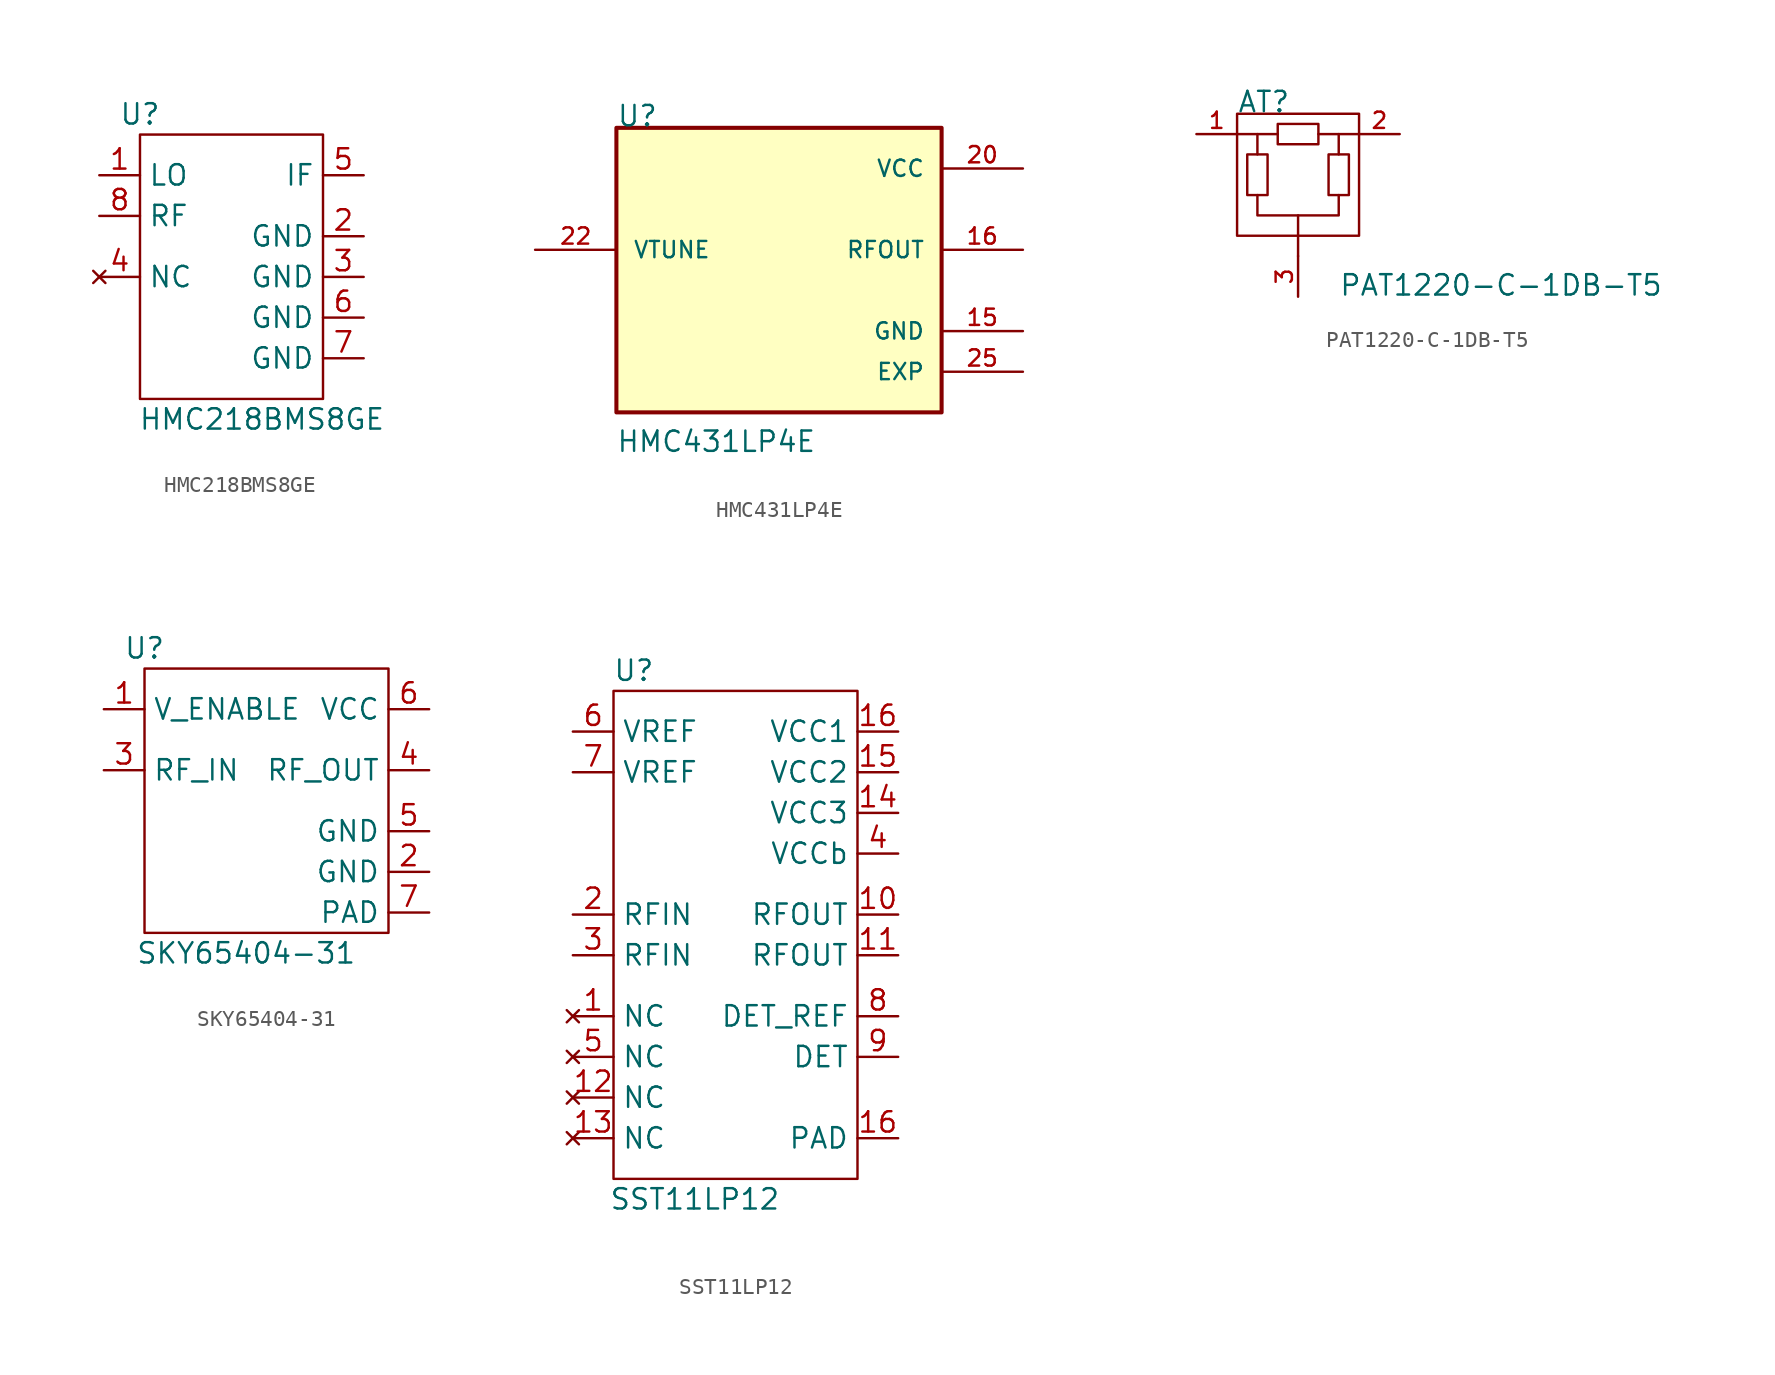
<source format=kicad_sym>
(kicad_symbol_lib
  (version 20211014)
  (generator kicad_symbol_editor)
  (symbol "HMC218BMS8GE"
    (property "Reference" "U"
      (at 0 1.27 0)
      (effects (font (size 1.27 1.27))))
    (property "Value" "HMC218BMS8GE"
      (at 7.62 -17.78 0)
      (effects (font (size 1.27 1.27))))
    (symbol "HMC218BMS8GE_0_1"
      (rectangle (start 0 0) (end 11.43 -16.51) (stroke (width 0) (type default) (color 0 0 0 0)) (fill (type none))))
    (symbol "HMC218BMS8GE_1_1"
      (pin input line (at -2.54 -2.54 0) (length 2.54) (name "LO" (effects (font (size 1.27 1.27)))) (number "1" (effects (font (size 1.27 1.27)))))
      (pin power_in line (at 13.97 -6.35 180) (length 2.54) (name "GND" (effects (font (size 1.27 1.27)))) (number "2" (effects (font (size 1.27 1.27)))))
      (pin power_in line (at 13.97 -8.89 180) (length 2.54) (name "GND" (effects (font (size 1.27 1.27)))) (number "3" (effects (font (size 1.27 1.27)))))
      (pin no_connect line (at -2.54 -8.89 0) (length 2.54) (name "NC" (effects (font (size 1.27 1.27)))) (number "4" (effects (font (size 1.27 1.27)))))
      (pin output line (at 13.97 -2.54 180) (length 2.54) (name "IF" (effects (font (size 1.27 1.27)))) (number "5" (effects (font (size 1.27 1.27)))))
      (pin power_in line (at 13.97 -11.43 180) (length 2.54) (name "GND" (effects (font (size 1.27 1.27)))) (number "6" (effects (font (size 1.27 1.27)))))
      (pin power_in line (at 13.97 -13.97 180) (length 2.54) (name "GND" (effects (font (size 1.27 1.27)))) (number "7" (effects (font (size 1.27 1.27)))))
      (pin input line (at -2.54 -5.08 0) (length 2.54) (name "RF" (effects (font (size 1.27 1.27)))) (number "8" (effects (font (size 1.27 1.27)))))))
  (symbol "HMC431LP4E"
    (pin_names
      (offset 1.016))
    (property "Reference" "U"
      (at -10.16 8.89 0)
      (effects (font (size 1.27 1.27)) (justify left bottom)))
    (property "Value" "HMC431LP4E"
      (at -10.185 -11.455 0)
      (effects (font (size 1.27 1.27)) (justify left bottom)))
    (property "ki_locked" ""
      (at 0 0 0)
      (effects (font (size 1.27 1.27))))
    (symbol "HMC431LP4E_0_0"
      (rectangle (start -10.16 -8.89) (end 10.16 8.89) (stroke (width 0.254) (type default) (color 0 0 0 0)) (fill (type background)))
      (pin passive line (at 15.24 -3.81 180) (length 5.08) (name "GND" (effects (font (size 1.016 1.016)))) (number "15" (effects (font (size 1.016 1.016)))))
      (pin output line (at 15.24 1.27 180) (length 5.08) (name "RFOUT" (effects (font (size 1.016 1.016)))) (number "16" (effects (font (size 1.016 1.016)))))
      (pin power_in line (at 15.24 6.35 180) (length 5.08) (name "VCC" (effects (font (size 1.016 1.016)))) (number "20" (effects (font (size 1.016 1.016)))))
      (pin input line (at -15.24 1.27 0) (length 5.08) (name "VTUNE" (effects (font (size 1.016 1.016)))) (number "22" (effects (font (size 1.016 1.016)))))
      (pin passive line (at 15.24 -6.35 180) (length 5.08) (name "EXP" (effects (font (size 1.016 1.016)))) (number "25" (effects (font (size 1.016 1.016)))))))
  (symbol "PAT1220-C-1DB-T5"
    (pin_names
      (offset 1.016) hide)
    (property "Reference" "AT"
      (at -3.81 3.81 0)
      (effects (font (size 1.27 1.27)) (justify left bottom)))
    (property "Value" "PAT1220-C-1DB-T5"
      (at 2.54 -7.645 0)
      (effects (font (size 1.27 1.27)) (justify left bottom)))
    (property "ki_locked" ""
      (at 0 0 0)
      (effects (font (size 1.27 1.27))))
    (symbol "PAT1220-C-1DB-T5_0_0"
      (pin passive line (at -6.35 2.54 0) (length 2.54) (name "~" (effects (font (size 1.016 1.016)))) (number "1" (effects (font (size 1.016 1.016)))))
      (pin passive line (at 6.35 2.54 180) (length 2.54) (name "~" (effects (font (size 1.016 1.016)))) (number "2" (effects (font (size 1.016 1.016)))))
      (pin passive line (at 0 -7.62 90) (length 2.54) (name "~" (effects (font (size 1.016 1.016)))) (number "3" (effects (font (size 1.016 1.016))))))
    (symbol "PAT1220-C-1DB-T5_1_1"
      (polyline (pts (xy -3.81 2.54) (xy -1.27 2.54)) (stroke (width 0) (type default) (color 0 0 0 0)) (fill (type none)))
      (polyline (pts (xy -2.54 1.27) (xy -2.54 2.54)) (stroke (width 0) (type default) (color 0 0 0 0)) (fill (type none)))
      (polyline (pts (xy 0 -5.08) (xy 0 -2.54)) (stroke (width 0) (type default) (color 0 0 0 0)) (fill (type none)))
      (polyline (pts (xy 1.27 2.54) (xy 3.81 2.54)) (stroke (width 0) (type default) (color 0 0 0 0)) (fill (type none)))
      (polyline (pts (xy 2.54 1.27) (xy 2.54 2.54)) (stroke (width 0) (type default) (color 0 0 0 0)) (fill (type none)))
      (polyline (pts (xy -2.54 -1.27) (xy -2.54 -2.54) (xy 2.54 -2.54) (xy 2.54 -1.27)) (stroke (width 0) (type default) (color 0 0 0 0)) (fill (type none)))
      (polyline (pts (xy -3.81 3.81) (xy -3.81 -3.81) (xy 3.81 -3.81) (xy 3.81 3.81) (xy -3.81 3.81)) (stroke (width 0) (type default) (color 0 0 0 0)) (fill (type none)))
      (polyline (pts (xy -2.54 1.27) (xy -1.905 1.27) (xy -1.905 -1.27) (xy -3.175 -1.27) (xy -3.175 1.27) (xy -2.54 1.27)) (stroke (width 0) (type default) (color 0 0 0 0)) (fill (type none)))
      (polyline (pts (xy -1.27 2.54) (xy -1.27 3.175) (xy 1.27 3.175) (xy 1.27 1.905) (xy -1.27 1.905) (xy -1.27 2.54)) (stroke (width 0) (type default) (color 0 0 0 0)) (fill (type none)))
      (polyline (pts (xy 1.905 1.27) (xy 3.175 1.27) (xy 3.175 -1.27) (xy 1.905 -1.27) (xy 1.905 1.27) (xy 1.905 1.27)) (stroke (width 0) (type default) (color 0 0 0 0)) (fill (type none)))))
  (symbol "SKY65404-31"
    (property "Reference" "U"
      (at 0 1.27 0)
      (effects (font (size 1.27 1.27))))
    (property "Value" "SKY65404-31"
      (at 6.35 -17.78 0)
      (effects (font (size 1.27 1.27))))
    (symbol "SKY65404-31_0_1"
      (rectangle (start 0 0) (end 15.24 -16.51) (stroke (width 0) (type default) (color 0 0 0 0)) (fill (type none))))
    (symbol "SKY65404-31_1_1"
      (pin input line (at -2.54 -2.54 0) (length 2.54) (name "V_ENABLE" (effects (font (size 1.27 1.27)))) (number "1" (effects (font (size 1.27 1.27)))))
      (pin power_in line (at 17.78 -12.7 180) (length 2.54) (name "GND" (effects (font (size 1.27 1.27)))) (number "2" (effects (font (size 1.27 1.27)))))
      (pin input line (at -2.54 -6.35 0) (length 2.54) (name "RF_IN" (effects (font (size 1.27 1.27)))) (number "3" (effects (font (size 1.27 1.27)))))
      (pin output line (at 17.78 -6.35 180) (length 2.54) (name "RF_OUT" (effects (font (size 1.27 1.27)))) (number "4" (effects (font (size 1.27 1.27)))))
      (pin power_in line (at 17.78 -10.16 180) (length 2.54) (name "GND" (effects (font (size 1.27 1.27)))) (number "5" (effects (font (size 1.27 1.27)))))
      (pin power_in line (at 17.78 -2.54 180) (length 2.54) (name "VCC" (effects (font (size 1.27 1.27)))) (number "6" (effects (font (size 1.27 1.27)))))
      (pin power_in line (at 17.78 -15.24 180) (length 2.54) (name "PAD" (effects (font (size 1.27 1.27)))) (number "7" (effects (font (size 1.27 1.27)))))))
  (symbol "SST11LP12"
    (property "Reference" "U"
      (at 1.27 1.27 0)
      (effects (font (size 1.27 1.27))))
    (property "Value" "SST11LP12"
      (at 5.08 -31.75 0)
      (effects (font (size 1.27 1.27))))
    (symbol "SST11LP12_0_1"
      (rectangle (start 0 0) (end 15.24 -30.48) (stroke (width 0) (type default) (color 0 0 0 0)) (fill (type none))))
    (symbol "SST11LP12_1_1"
      (pin no_connect line (at -2.54 -20.32 0) (length 2.54) (name "NC" (effects (font (size 1.27 1.27)))) (number "1" (effects (font (size 1.27 1.27)))))
      (pin power_in line (at 17.78 -13.97 180) (length 2.54) (name "RFOUT" (effects (font (size 1.27 1.27)))) (number "10" (effects (font (size 1.27 1.27)))))
      (pin power_in line (at 17.78 -16.51 180) (length 2.54) (name "RFOUT" (effects (font (size 1.27 1.27)))) (number "11" (effects (font (size 1.27 1.27)))))
      (pin no_connect line (at -2.54 -25.4 0) (length 2.54) (name "NC" (effects (font (size 1.27 1.27)))) (number "12" (effects (font (size 1.27 1.27)))))
      (pin no_connect line (at -2.54 -27.94 0) (length 2.54) (name "NC" (effects (font (size 1.27 1.27)))) (number "13" (effects (font (size 1.27 1.27)))))
      (pin power_in line (at 17.78 -7.62 180) (length 2.54) (name "VCC3" (effects (font (size 1.27 1.27)))) (number "14" (effects (font (size 1.27 1.27)))))
      (pin power_in line (at 17.78 -5.08 180) (length 2.54) (name "VCC2" (effects (font (size 1.27 1.27)))) (number "15" (effects (font (size 1.27 1.27)))))
      (pin power_in line (at 17.78 -27.94 180) (length 2.54) (name "PAD" (effects (font (size 1.27 1.27)))) (number "16" (effects (font (size 1.27 1.27)))))
      (pin power_in line (at 17.78 -2.54 180) (length 2.54) (name "VCC1" (effects (font (size 1.27 1.27)))) (number "16" (effects (font (size 1.27 1.27)))))
      (pin input line (at -2.54 -13.97 0) (length 2.54) (name "RFIN" (effects (font (size 1.27 1.27)))) (number "2" (effects (font (size 1.27 1.27)))))
      (pin input line (at -2.54 -16.51 0) (length 2.54) (name "RFIN" (effects (font (size 1.27 1.27)))) (number "3" (effects (font (size 1.27 1.27)))))
      (pin power_in line (at 17.78 -10.16 180) (length 2.54) (name "VCCb" (effects (font (size 1.27 1.27)))) (number "4" (effects (font (size 1.27 1.27)))))
      (pin no_connect line (at -2.54 -22.86 0) (length 2.54) (name "NC" (effects (font (size 1.27 1.27)))) (number "5" (effects (font (size 1.27 1.27)))))
      (pin power_in line (at -2.54 -2.54 0) (length 2.54) (name "VREF" (effects (font (size 1.27 1.27)))) (number "6" (effects (font (size 1.27 1.27)))))
      (pin power_in line (at -2.54 -5.08 0) (length 2.54) (name "VREF" (effects (font (size 1.27 1.27)))) (number "7" (effects (font (size 1.27 1.27)))))
      (pin power_in line (at 17.78 -20.32 180) (length 2.54) (name "DET_REF" (effects (font (size 1.27 1.27)))) (number "8" (effects (font (size 1.27 1.27)))))
      (pin power_in line (at 17.78 -22.86 180) (length 2.54) (name "DET" (effects (font (size 1.27 1.27)))) (number "9" (effects (font (size 1.27 1.27))))))))
</source>
